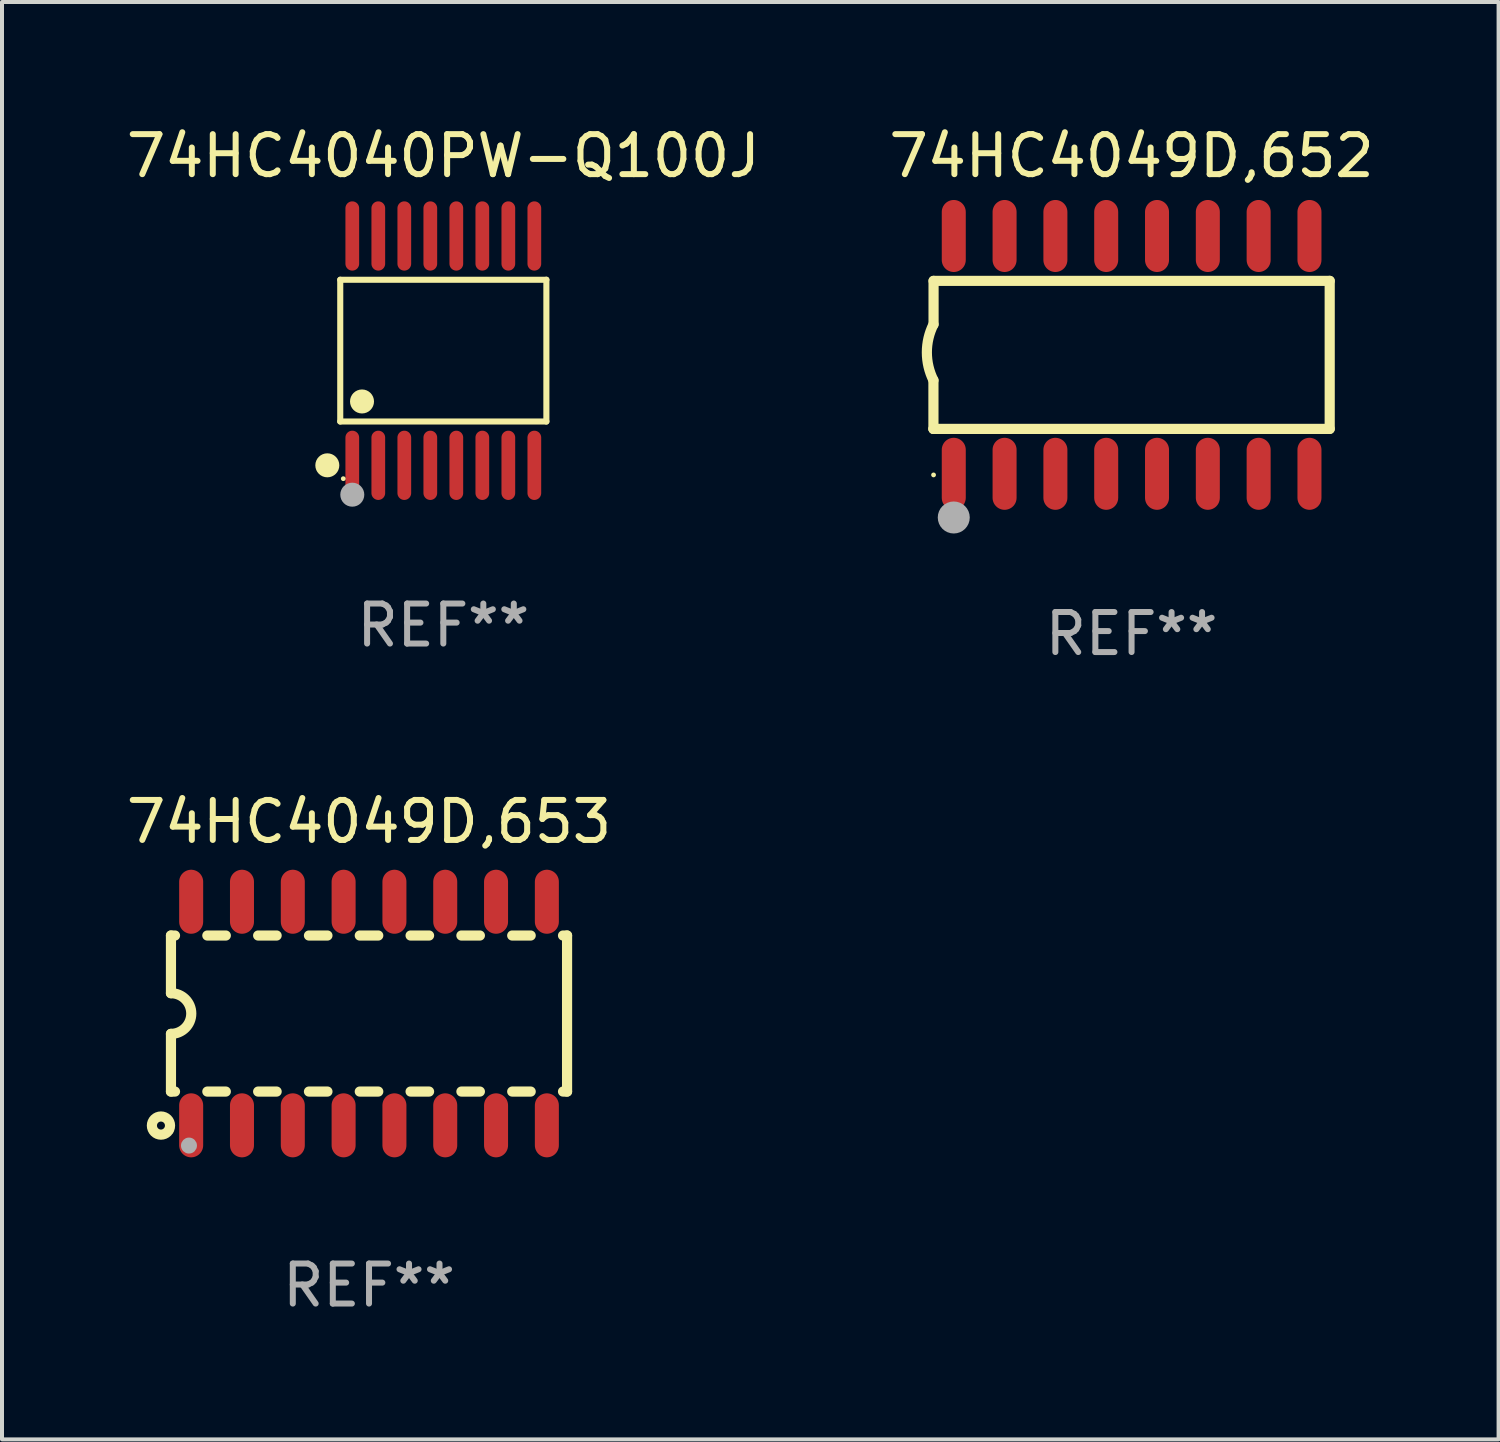
<source format=kicad_pcb>
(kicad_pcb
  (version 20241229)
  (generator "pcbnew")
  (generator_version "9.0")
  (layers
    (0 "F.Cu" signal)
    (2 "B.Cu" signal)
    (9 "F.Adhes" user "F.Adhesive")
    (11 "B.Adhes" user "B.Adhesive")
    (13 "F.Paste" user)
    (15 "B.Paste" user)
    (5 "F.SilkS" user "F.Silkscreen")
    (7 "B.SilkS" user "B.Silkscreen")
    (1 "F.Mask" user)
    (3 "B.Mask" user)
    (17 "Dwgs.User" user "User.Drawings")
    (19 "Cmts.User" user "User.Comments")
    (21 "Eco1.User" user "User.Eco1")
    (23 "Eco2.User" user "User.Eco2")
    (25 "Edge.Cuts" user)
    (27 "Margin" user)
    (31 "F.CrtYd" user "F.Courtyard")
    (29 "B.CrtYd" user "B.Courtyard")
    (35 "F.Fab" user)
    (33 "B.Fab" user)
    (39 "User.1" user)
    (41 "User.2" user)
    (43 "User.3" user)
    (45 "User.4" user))
  (footprint "74HC4049D,652"
    (layer "F.Cu")
    (at 25.232 5.82)
    (property "Reference" "74HC4049D,652" (at 0 -4.972 0) (layer "F.SilkS") (effects (font (size 1 1) (thickness 0.15))))
    (attr through_hole)
    (fp_line (start -4.952 0.635) (end -4.952 1.85) (stroke (width 0.254) (type solid)) (layer "F.SilkS"))
    (fp_line (start -4.952 1.85) (end -4.949 1.85) (stroke (width 0.254) (type solid)) (layer "F.SilkS"))
    (fp_line (start -4.949 -1.85) (end -4.949 -0.762) (stroke (width 0.254) (type solid)) (layer "F.SilkS"))
    (fp_line (start -4.949 1.85) (end 4.952 1.85) (stroke (width 0.254) (type solid)) (layer "F.SilkS"))
    (fp_line (start 4.952 -1.85) (end -4.949 -1.85) (stroke (width 0.254) (type solid)) (layer "F.SilkS"))
    (fp_line (start 4.952 1.85) (end 4.952 -1.85) (stroke (width 0.254) (type solid)) (layer "F.SilkS"))
    (fp_arc (start -4.951524 0.635001) (mid -5.116418 -0.0635) (end -4.951524 -0.762002) (stroke (width 0.254001) (type solid)) (layer "F.SilkS"))
    (fp_circle (center -4.949 3) (end -4.919 3) (stroke (width 0.06) (type solid)) (fill no) (layer "F.SilkS"))
    (fp_circle (center -4.444 4.064) (end -4.244 4.064) (stroke (width 0.4) (type solid)) (fill no) (layer "F.Fab"))
    (fp_text user "REF**" (at 0 6.972 0) (layer "F.Fab") (effects (font (size 1 1) (thickness 0.15))))
    (pad "1" smd oval (at -4.444 2.972 180) (size 0.6 1.8) (layers "F.Cu" "F.Mask" "F.Paste"))
    (pad "2" smd oval (at -3.174 2.972 180) (size 0.6 1.8) (layers "F.Cu" "F.Mask" "F.Paste"))
    (pad "3" smd oval (at -1.904 2.972 180) (size 0.6 1.8) (layers "F.Cu" "F.Mask" "F.Paste"))
    (pad "4" smd oval (at -0.634 2.972 180) (size 0.6 1.8) (layers "F.Cu" "F.Mask" "F.Paste"))
    (pad "5" smd oval (at 0.636 2.972 180) (size 0.6 1.8) (layers "F.Cu" "F.Mask" "F.Paste"))
    (pad "6" smd oval (at 1.906 2.972 180) (size 0.6 1.8) (layers "F.Cu" "F.Mask" "F.Paste"))
    (pad "7" smd oval (at 3.176 2.972 180) (size 0.6 1.8) (layers "F.Cu" "F.Mask" "F.Paste"))
    (pad "8" smd oval (at 4.446 2.972 180) (size 0.6 1.8) (layers "F.Cu" "F.Mask" "F.Paste"))
    (pad "9" smd oval (at 4.446 -2.972 180) (size 0.6 1.8) (layers "F.Cu" "F.Mask" "F.Paste"))
    (pad "10" smd oval (at 3.176 -2.972 180) (size 0.6 1.8) (layers "F.Cu" "F.Mask" "F.Paste"))
    (pad "11" smd oval (at 1.906 -2.972 180) (size 0.6 1.8) (layers "F.Cu" "F.Mask" "F.Paste"))
    (pad "12" smd oval (at 0.636 -2.972 180) (size 0.6 1.8) (layers "F.Cu" "F.Mask" "F.Paste"))
    (pad "13" smd oval (at -0.634 -2.972 180) (size 0.6 1.8) (layers "F.Cu" "F.Mask" "F.Paste"))
    (pad "14" smd oval (at -1.904 -2.972 180) (size 0.6 1.8) (layers "F.Cu" "F.Mask" "F.Paste"))
    (pad "15" smd oval (at -3.174 -2.972 180) (size 0.6 1.8) (layers "F.Cu" "F.Mask" "F.Paste"))
    (pad "16" smd oval (at -4.444 -2.972 180) (size 0.6 1.8) (layers "F.Cu" "F.Mask" "F.Paste")))
  (footprint "74HC4049D,653"
    (layer "F.Cu")
    (at 6.173 22.282)
    (property "Reference" "74HC4049D,653" (at 0 -4.794 0) (layer "F.SilkS") (effects (font (size 1 1) (thickness 0.15))))
    (attr through_hole)
    (fp_line (start -4.95 -1.95) (end -4.95 -0.508) (stroke (width 0.254) (type solid)) (layer "F.SilkS"))
    (fp_line (start -4.95 -1.95) (end -4.849 -1.95) (stroke (width 0.254) (type solid)) (layer "F.SilkS"))
    (fp_line (start -4.95 1.95) (end -4.95 0.508) (stroke (width 0.254) (type solid)) (layer "F.SilkS"))
    (fp_line (start -4.95 1.95) (end -4.849 1.95) (stroke (width 0.254) (type solid)) (layer "F.SilkS"))
    (fp_line (start -4.041 -1.95) (end -3.579 -1.95) (stroke (width 0.254) (type solid)) (layer "F.SilkS"))
    (fp_line (start -4.041 1.95) (end -3.579 1.95) (stroke (width 0.254) (type solid)) (layer "F.SilkS"))
    (fp_line (start -2.771 -1.95) (end -2.309 -1.95) (stroke (width 0.254) (type solid)) (layer "F.SilkS"))
    (fp_line (start -2.771 1.95) (end -2.309 1.95) (stroke (width 0.254) (type solid)) (layer "F.SilkS"))
    (fp_line (start -1.501 -1.95) (end -1.039 -1.95) (stroke (width 0.254) (type solid)) (layer "F.SilkS"))
    (fp_line (start -1.501 1.95) (end -1.039 1.95) (stroke (width 0.254) (type solid)) (layer "F.SilkS"))
    (fp_line (start -0.231 -1.95) (end 0.231 -1.95) (stroke (width 0.254) (type solid)) (layer "F.SilkS"))
    (fp_line (start -0.231 1.95) (end 0.231 1.95) (stroke (width 0.254) (type solid)) (layer "F.SilkS"))
    (fp_line (start 1.039 -1.95) (end 1.501 -1.95) (stroke (width 0.254) (type solid)) (layer "F.SilkS"))
    (fp_line (start 1.039 1.95) (end 1.501 1.95) (stroke (width 0.254) (type solid)) (layer "F.SilkS"))
    (fp_line (start 2.309 -1.95) (end 2.771 -1.95) (stroke (width 0.254) (type solid)) (layer "F.SilkS"))
    (fp_line (start 2.309 1.95) (end 2.771 1.95) (stroke (width 0.254) (type solid)) (layer "F.SilkS"))
    (fp_line (start 3.579 -1.95) (end 4.041 -1.95) (stroke (width 0.254) (type solid)) (layer "F.SilkS"))
    (fp_line (start 3.579 1.95) (end 4.041 1.95) (stroke (width 0.254) (type solid)) (layer "F.SilkS"))
    (fp_line (start 4.849 -1.95) (end 4.95 -1.95) (stroke (width 0.254) (type solid)) (layer "F.SilkS"))
    (fp_line (start 4.849 1.95) (end 4.95 1.95) (stroke (width 0.254) (type solid)) (layer "F.SilkS"))
    (fp_line (start 4.95 -1.95) (end 4.95 1.95) (stroke (width 0.254) (type solid)) (layer "F.SilkS"))
    (fp_arc (start -4.95047 -0.508001) (mid -4.442469 -0.000228) (end -4.950013 0.508001) (stroke (width 0.254001) (type solid)) (layer "F.SilkS"))
    (fp_circle (center -5.2 2.8) (end -5.1 2.8) (stroke (width 0.254) (type solid)) (fill no) (layer "F.SilkS"))
    (fp_circle (center -4.95 2.947) (end -4.92 2.947) (stroke (width 0.06) (type solid)) (fill no) (layer "F.SilkS"))
    (fp_circle (center -4.5 3.3) (end -4.4 3.3) (stroke (width 0.2) (type solid)) (fill no) (layer "F.Fab"))
    (fp_text user "REF**" (at 0 6.794 0) (layer "F.Fab") (effects (font (size 1 1) (thickness 0.15))))
    (pad "1" smd oval (at -4.445 2.794) (size 0.6 1.6) (layers "F.Cu" "F.Mask" "F.Paste"))
    (pad "2" smd oval (at -3.175 2.794) (size 0.6 1.6) (layers "F.Cu" "F.Mask" "F.Paste"))
    (pad "3" smd oval (at -1.905 2.794) (size 0.6 1.6) (layers "F.Cu" "F.Mask" "F.Paste"))
    (pad "4" smd oval (at -0.635 2.794) (size 0.6 1.6) (layers "F.Cu" "F.Mask" "F.Paste"))
    (pad "5" smd oval (at 0.635 2.794) (size 0.6 1.6) (layers "F.Cu" "F.Mask" "F.Paste"))
    (pad "6" smd oval (at 1.905 2.794) (size 0.6 1.6) (layers "F.Cu" "F.Mask" "F.Paste"))
    (pad "7" smd oval (at 3.175 2.794) (size 0.6 1.6) (layers "F.Cu" "F.Mask" "F.Paste"))
    (pad "8" smd oval (at 4.445 2.794) (size 0.6 1.6) (layers "F.Cu" "F.Mask" "F.Paste"))
    (pad "9" smd oval (at 4.445 -2.794) (size 0.6 1.6) (layers "F.Cu" "F.Mask" "F.Paste"))
    (pad "10" smd oval (at 3.175 -2.794) (size 0.6 1.6) (layers "F.Cu" "F.Mask" "F.Paste"))
    (pad "11" smd oval (at 1.905 -2.794) (size 0.6 1.6) (layers "F.Cu" "F.Mask" "F.Paste"))
    (pad "12" smd oval (at 0.635 -2.794) (size 0.6 1.6) (layers "F.Cu" "F.Mask" "F.Paste"))
    (pad "13" smd oval (at -0.635 -2.794) (size 0.6 1.6) (layers "F.Cu" "F.Mask" "F.Paste"))
    (pad "14" smd oval (at -1.905 -2.794) (size 0.6 1.6) (layers "F.Cu" "F.Mask" "F.Paste"))
    (pad "15" smd oval (at -3.175 -2.794) (size 0.6 1.6) (layers "F.Cu" "F.Mask" "F.Paste"))
    (pad "16" smd oval (at -4.445 -2.794) (size 0.6 1.6) (layers "F.Cu" "F.Mask" "F.Paste")))
  (footprint "74HC4040PW-Q100J"
    (layer "F.Cu")
    (at 8.03 5.714)
    (property "Reference" "74HC4040PW-Q100J" (at 0 -4.866 0) (layer "F.SilkS") (effects (font (size 1 1) (thickness 0.15))))
    (attr through_hole)
    (fp_line (start -2.576 -1.772) (end 2.576 -1.772) (stroke (width 0.152) (type solid)) (layer "F.SilkS"))
    (fp_line (start -2.576 1.771) (end -2.576 -1.772) (stroke (width 0.152) (type solid)) (layer "F.SilkS"))
    (fp_line (start 2.576 -1.772) (end 2.576 1.771) (stroke (width 0.152) (type solid)) (layer "F.SilkS"))
    (fp_line (start 2.576 1.771) (end -2.576 1.771) (stroke (width 0.152) (type solid)) (layer "F.SilkS"))
    (fp_circle (center -2.899 2.866) (end -2.749 2.866) (stroke (width 0.3) (type solid)) (fill no) (layer "F.SilkS"))
    (fp_circle (center -2.5 3.2) (end -2.47 3.2) (stroke (width 0.06) (type solid)) (fill no) (layer "F.SilkS"))
    (fp_circle (center -2.032 1.27) (end -1.882 1.27) (stroke (width 0.3) (type solid)) (fill no) (layer "F.SilkS"))
    (fp_circle (center -2.275 3.6) (end -2.125 3.6) (stroke (width 0.3) (type solid)) (fill no) (layer "F.Fab"))
    (fp_text user "REF**" (at 0 6.866 0) (layer "F.Fab") (effects (font (size 1 1) (thickness 0.15))))
    (pad "1" smd oval (at -2.275 2.866) (size 0.343 1.731) (layers "F.Cu" "F.Mask" "F.Paste"))
    (pad "2" smd oval (at -1.625 2.866) (size 0.343 1.731) (layers "F.Cu" "F.Mask" "F.Paste"))
    (pad "3" smd oval (at -0.975 2.866) (size 0.343 1.731) (layers "F.Cu" "F.Mask" "F.Paste"))
    (pad "4" smd oval (at -0.325 2.866) (size 0.343 1.731) (layers "F.Cu" "F.Mask" "F.Paste"))
    (pad "5" smd oval (at 0.325 2.866) (size 0.343 1.731) (layers "F.Cu" "F.Mask" "F.Paste"))
    (pad "6" smd oval (at 0.975 2.866) (size 0.343 1.731) (layers "F.Cu" "F.Mask" "F.Paste"))
    (pad "7" smd oval (at 1.625 2.866) (size 0.343 1.731) (layers "F.Cu" "F.Mask" "F.Paste"))
    (pad "8" smd oval (at 2.275 2.866) (size 0.343 1.731) (layers "F.Cu" "F.Mask" "F.Paste"))
    (pad "9" smd oval (at 2.275 -2.866) (size 0.343 1.731) (layers "F.Cu" "F.Mask" "F.Paste"))
    (pad "10" smd oval (at 1.625 -2.866) (size 0.343 1.731) (layers "F.Cu" "F.Mask" "F.Paste"))
    (pad "11" smd oval (at 0.975 -2.866) (size 0.343 1.731) (layers "F.Cu" "F.Mask" "F.Paste"))
    (pad "12" smd oval (at 0.325 -2.866) (size 0.343 1.731) (layers "F.Cu" "F.Mask" "F.Paste"))
    (pad "13" smd oval (at -0.325 -2.866) (size 0.343 1.731) (layers "F.Cu" "F.Mask" "F.Paste"))
    (pad "14" smd oval (at -0.975 -2.866) (size 0.343 1.731) (layers "F.Cu" "F.Mask" "F.Paste"))
    (pad "15" smd oval (at -1.625 -2.866) (size 0.343 1.731) (layers "F.Cu" "F.Mask" "F.Paste"))
    (pad "16" smd oval (at -2.275 -2.866) (size 0.343 1.731) (layers "F.Cu" "F.Mask" "F.Paste")))
  (gr_rect
    (start -3 -3)
    (end 34.405 32.925)
    (stroke (width 0.1) (type default))
    (fill no)
    (layer "Edge.Cuts")))
</source>
